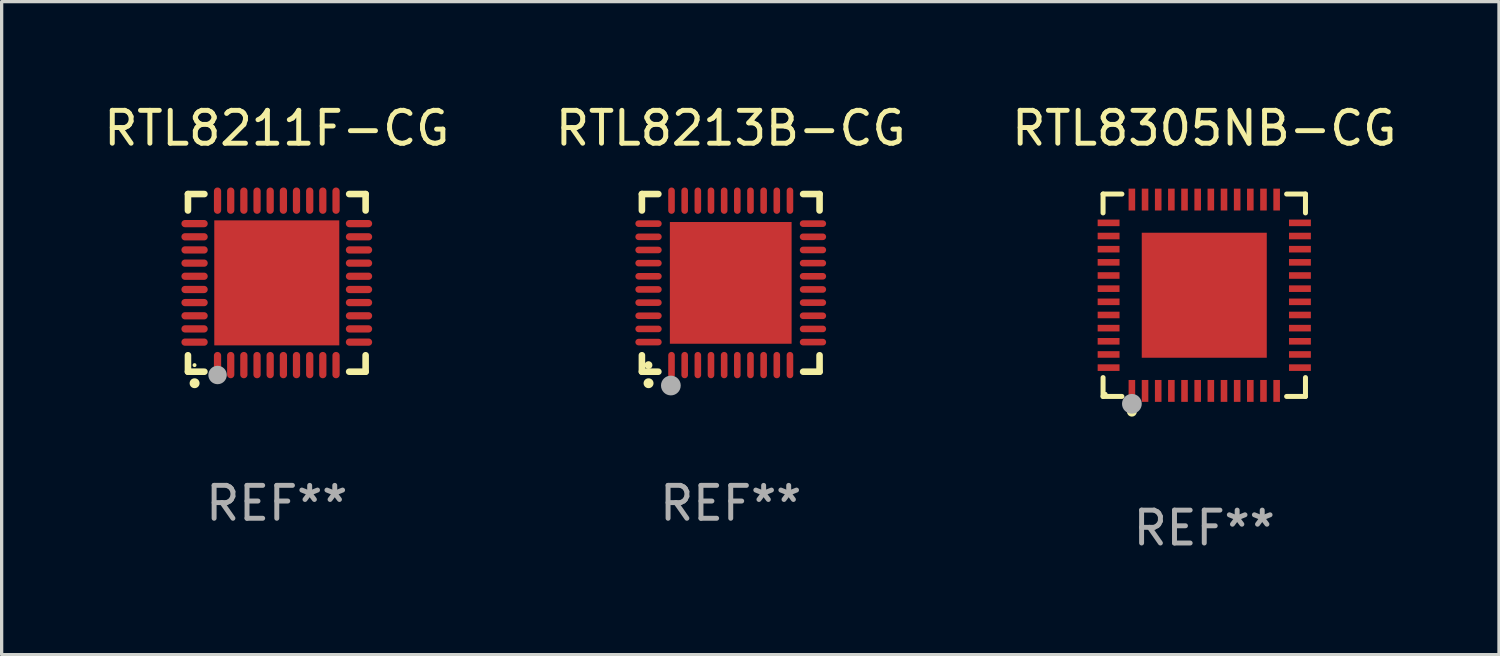
<source format=kicad_pcb>
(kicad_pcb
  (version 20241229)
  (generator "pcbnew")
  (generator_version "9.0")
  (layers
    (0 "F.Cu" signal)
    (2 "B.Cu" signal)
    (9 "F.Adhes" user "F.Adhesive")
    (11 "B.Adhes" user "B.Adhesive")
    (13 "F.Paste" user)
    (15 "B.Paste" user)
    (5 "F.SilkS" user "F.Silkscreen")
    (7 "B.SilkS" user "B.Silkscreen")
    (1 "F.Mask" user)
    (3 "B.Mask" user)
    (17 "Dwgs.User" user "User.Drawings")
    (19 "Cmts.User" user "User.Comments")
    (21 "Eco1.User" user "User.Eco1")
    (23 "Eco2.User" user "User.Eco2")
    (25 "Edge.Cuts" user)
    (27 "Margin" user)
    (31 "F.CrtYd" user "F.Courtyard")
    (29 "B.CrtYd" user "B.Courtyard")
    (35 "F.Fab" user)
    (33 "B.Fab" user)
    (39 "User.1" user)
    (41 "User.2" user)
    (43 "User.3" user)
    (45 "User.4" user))
  (footprint "RTL8213B-CG"
    (layer "F.Cu")
    (at 19.161 5.548)
    (property "Reference" "RTL8213B-CG" (at 0 -4.7 0) (layer "F.SilkS") (effects (font (size 1 1) (thickness 0.15))))
    (attr through_hole)
    (fp_line (start -2.7 -2.7) (end -2.7 -2.2) (stroke (width 0.2) (type solid)) (layer "F.SilkS"))
    (fp_line (start -2.7 2.7) (end -2.7 2.2) (stroke (width 0.2) (type solid)) (layer "F.SilkS"))
    (fp_line (start -2.2 -2.7) (end -2.7 -2.7) (stroke (width 0.2) (type solid)) (layer "F.SilkS"))
    (fp_line (start -2.2 2.7) (end -2.7 2.7) (stroke (width 0.2) (type solid)) (layer "F.SilkS"))
    (fp_line (start 2.7 -2.7) (end 2.2 -2.7) (stroke (width 0.2) (type solid)) (layer "F.SilkS"))
    (fp_line (start 2.7 -2.2) (end 2.7 -2.7) (stroke (width 0.2) (type solid)) (layer "F.SilkS"))
    (fp_line (start 2.7 2.2) (end 2.7 2.7) (stroke (width 0.2) (type solid)) (layer "F.SilkS"))
    (fp_line (start 2.7 2.7) (end 2.2 2.7) (stroke (width 0.2) (type solid)) (layer "F.SilkS"))
    (fp_arc (start -2.499365 3.050546) (mid -2.498095 3.050541) (end -2.496825 3.050546) (stroke (width 0.3) (type solid)) (layer "F.SilkS"))
    (fp_circle (center -2.5 2.5) (end -2.44 2.5) (stroke (width 0.12) (type solid)) (fill no) (layer "F.SilkS"))
    (fp_circle (center -1.82 3.12) (end -1.67 3.12) (stroke (width 0.3) (type solid)) (fill no) (layer "F.Fab"))
    (fp_text user "REF**" (at 0 6.7 0) (layer "F.Fab") (effects (font (size 1 1) (thickness 0.15))))
    (pad "1" smd oval (at -1.8 2.499) (size 0.2 0.8) (layers "F.Cu" "F.Mask" "F.Paste"))
    (pad "2" smd oval (at -1.4 2.499) (size 0.2 0.8) (layers "F.Cu" "F.Mask" "F.Paste"))
    (pad "3" smd oval (at -1 2.499) (size 0.2 0.8) (layers "F.Cu" "F.Mask" "F.Paste"))
    (pad "4" smd oval (at -0.6 2.499) (size 0.2 0.8) (layers "F.Cu" "F.Mask" "F.Paste"))
    (pad "5" smd oval (at -0.2 2.499) (size 0.2 0.8) (layers "F.Cu" "F.Mask" "F.Paste"))
    (pad "6" smd oval (at 0.2 2.499) (size 0.2 0.8) (layers "F.Cu" "F.Mask" "F.Paste"))
    (pad "7" smd oval (at 0.6 2.499) (size 0.2 0.8) (layers "F.Cu" "F.Mask" "F.Paste"))
    (pad "8" smd oval (at 1 2.499) (size 0.2 0.8) (layers "F.Cu" "F.Mask" "F.Paste"))
    (pad "9" smd oval (at 1.4 2.499) (size 0.2 0.8) (layers "F.Cu" "F.Mask" "F.Paste"))
    (pad "10" smd oval (at 1.8 2.499) (size 0.2 0.8) (layers "F.Cu" "F.Mask" "F.Paste"))
    (pad "11" smd oval (at 2.499 1.8) (size 0.8 0.2) (layers "F.Cu" "F.Mask" "F.Paste"))
    (pad "12" smd oval (at 2.499 1.4) (size 0.8 0.2) (layers "F.Cu" "F.Mask" "F.Paste"))
    (pad "13" smd oval (at 2.499 1) (size 0.8 0.2) (layers "F.Cu" "F.Mask" "F.Paste"))
    (pad "14" smd oval (at 2.499 0.6) (size 0.8 0.2) (layers "F.Cu" "F.Mask" "F.Paste"))
    (pad "15" smd oval (at 2.499 0.2) (size 0.8 0.2) (layers "F.Cu" "F.Mask" "F.Paste"))
    (pad "16" smd oval (at 2.499 -0.2) (size 0.8 0.2) (layers "F.Cu" "F.Mask" "F.Paste"))
    (pad "17" smd oval (at 2.499 -0.6) (size 0.8 0.2) (layers "F.Cu" "F.Mask" "F.Paste"))
    (pad "18" smd oval (at 2.499 -1) (size 0.8 0.2) (layers "F.Cu" "F.Mask" "F.Paste"))
    (pad "19" smd oval (at 2.499 -1.4) (size 0.8 0.2) (layers "F.Cu" "F.Mask" "F.Paste"))
    (pad "20" smd oval (at 2.499 -1.8) (size 0.8 0.2) (layers "F.Cu" "F.Mask" "F.Paste"))
    (pad "21" smd oval (at 1.8 -2.499) (size 0.2 0.8) (layers "F.Cu" "F.Mask" "F.Paste"))
    (pad "22" smd oval (at 1.4 -2.499) (size 0.2 0.8) (layers "F.Cu" "F.Mask" "F.Paste"))
    (pad "23" smd oval (at 1 -2.499) (size 0.2 0.8) (layers "F.Cu" "F.Mask" "F.Paste"))
    (pad "24" smd oval (at 0.6 -2.499) (size 0.2 0.8) (layers "F.Cu" "F.Mask" "F.Paste"))
    (pad "25" smd oval (at 0.2 -2.499) (size 0.2 0.8) (layers "F.Cu" "F.Mask" "F.Paste"))
    (pad "26" smd oval (at -0.2 -2.499) (size 0.2 0.8) (layers "F.Cu" "F.Mask" "F.Paste"))
    (pad "27" smd oval (at -0.6 -2.499) (size 0.2 0.8) (layers "F.Cu" "F.Mask" "F.Paste"))
    (pad "28" smd oval (at -1 -2.499) (size 0.2 0.8) (layers "F.Cu" "F.Mask" "F.Paste"))
    (pad "29" smd oval (at -1.4 -2.499) (size 0.2 0.8) (layers "F.Cu" "F.Mask" "F.Paste"))
    (pad "30" smd oval (at -1.8 -2.499) (size 0.2 0.8) (layers "F.Cu" "F.Mask" "F.Paste"))
    (pad "31" smd oval (at -2.499 -1.8) (size 0.8 0.2) (layers "F.Cu" "F.Mask" "F.Paste"))
    (pad "32" smd oval (at -2.499 -1.4) (size 0.8 0.2) (layers "F.Cu" "F.Mask" "F.Paste"))
    (pad "33" smd oval (at -2.499 -1) (size 0.8 0.2) (layers "F.Cu" "F.Mask" "F.Paste"))
    (pad "34" smd oval (at -2.499 -0.6) (size 0.8 0.2) (layers "F.Cu" "F.Mask" "F.Paste"))
    (pad "35" smd oval (at -2.499 -0.2) (size 0.8 0.2) (layers "F.Cu" "F.Mask" "F.Paste"))
    (pad "36" smd oval (at -2.499 0.2) (size 0.8 0.2) (layers "F.Cu" "F.Mask" "F.Paste"))
    (pad "37" smd oval (at -2.499 0.6) (size 0.8 0.2) (layers "F.Cu" "F.Mask" "F.Paste"))
    (pad "38" smd oval (at -2.499 1) (size 0.8 0.2) (layers "F.Cu" "F.Mask" "F.Paste"))
    (pad "39" smd oval (at -2.499 1.4) (size 0.8 0.2) (layers "F.Cu" "F.Mask" "F.Paste"))
    (pad "40" smd oval (at -2.499 1.8) (size 0.8 0.2) (layers "F.Cu" "F.Mask" "F.Paste"))
    (pad "41" smd rect (at 0 0) (size 3.7 3.7) (layers "F.Cu" "F.Mask" "F.Paste")))
  (footprint "RTL8305NB-CG"
    (layer "F.Cu")
    (at 33.554 5.924)
    (property "Reference" "RTL8305NB-CG" (at 0 -5.076 0) (layer "F.SilkS") (effects (font (size 1 1) (thickness 0.15))))
    (attr through_hole)
    (fp_line (start -3.076 -3.076) (end -2.503 -3.076) (stroke (width 0.152) (type solid)) (layer "F.SilkS"))
    (fp_line (start -3.076 -2.503) (end -3.076 -3.076) (stroke (width 0.152) (type solid)) (layer "F.SilkS"))
    (fp_line (start -3.076 2.503) (end -3.076 3.076) (stroke (width 0.152) (type solid)) (layer "F.SilkS"))
    (fp_line (start -3.076 3.076) (end -2.503 3.076) (stroke (width 0.152) (type solid)) (layer "F.SilkS"))
    (fp_line (start 3.076 -3.076) (end 2.503 -3.076) (stroke (width 0.152) (type solid)) (layer "F.SilkS"))
    (fp_line (start 3.076 -2.503) (end 3.076 -3.076) (stroke (width 0.152) (type solid)) (layer "F.SilkS"))
    (fp_line (start 3.076 2.503) (end 3.076 3.076) (stroke (width 0.152) (type solid)) (layer "F.SilkS"))
    (fp_line (start 3.076 3.076) (end 2.503 3.076) (stroke (width 0.152) (type solid)) (layer "F.SilkS"))
    (fp_circle (center -3 3) (end -2.97 3) (stroke (width 0.06) (type solid)) (fill no) (layer "F.SilkS"))
    (fp_circle (center -2.2 3.54) (end -2.125 3.54) (stroke (width 0.15) (type solid)) (fill no) (layer "F.SilkS"))
    (fp_circle (center -2.2 3.3) (end -2.05 3.3) (stroke (width 0.3) (type solid)) (fill no) (layer "F.Fab"))
    (fp_text user "REF**" (at 0 7.076 0) (layer "F.Fab") (effects (font (size 1 1) (thickness 0.15))))
    (pad "1" smd rect (at -2.2 2.908) (size 0.2 0.665) (layers "F.Cu" "F.Mask" "F.Paste"))
    (pad "2" smd rect (at -1.8 2.908) (size 0.2 0.665) (layers "F.Cu" "F.Mask" "F.Paste"))
    (pad "3" smd rect (at -1.4 2.908) (size 0.2 0.665) (layers "F.Cu" "F.Mask" "F.Paste"))
    (pad "4" smd rect (at -1 2.908) (size 0.2 0.665) (layers "F.Cu" "F.Mask" "F.Paste"))
    (pad "5" smd rect (at -0.6 2.908) (size 0.2 0.665) (layers "F.Cu" "F.Mask" "F.Paste"))
    (pad "6" smd rect (at -0.2 2.908) (size 0.2 0.665) (layers "F.Cu" "F.Mask" "F.Paste"))
    (pad "7" smd rect (at 0.2 2.908) (size 0.2 0.665) (layers "F.Cu" "F.Mask" "F.Paste"))
    (pad "8" smd rect (at 0.6 2.908) (size 0.2 0.665) (layers "F.Cu" "F.Mask" "F.Paste"))
    (pad "9" smd rect (at 1 2.908) (size 0.2 0.665) (layers "F.Cu" "F.Mask" "F.Paste"))
    (pad "10" smd rect (at 1.4 2.908) (size 0.2 0.665) (layers "F.Cu" "F.Mask" "F.Paste"))
    (pad "11" smd rect (at 1.8 2.908) (size 0.2 0.665) (layers "F.Cu" "F.Mask" "F.Paste"))
    (pad "12" smd rect (at 2.2 2.908) (size 0.2 0.665) (layers "F.Cu" "F.Mask" "F.Paste"))
    (pad "13" smd rect (at 2.908 2.2) (size 0.665 0.2) (layers "F.Cu" "F.Mask" "F.Paste"))
    (pad "14" smd rect (at 2.908 1.8) (size 0.665 0.2) (layers "F.Cu" "F.Mask" "F.Paste"))
    (pad "15" smd rect (at 2.908 1.4) (size 0.665 0.2) (layers "F.Cu" "F.Mask" "F.Paste"))
    (pad "16" smd rect (at 2.908 1) (size 0.665 0.2) (layers "F.Cu" "F.Mask" "F.Paste"))
    (pad "17" smd rect (at 2.908 0.6) (size 0.665 0.2) (layers "F.Cu" "F.Mask" "F.Paste"))
    (pad "18" smd rect (at 2.908 0.2) (size 0.665 0.2) (layers "F.Cu" "F.Mask" "F.Paste"))
    (pad "19" smd rect (at 2.908 -0.2) (size 0.665 0.2) (layers "F.Cu" "F.Mask" "F.Paste"))
    (pad "20" smd rect (at 2.908 -0.6) (size 0.665 0.2) (layers "F.Cu" "F.Mask" "F.Paste"))
    (pad "21" smd rect (at 2.908 -1) (size 0.665 0.2) (layers "F.Cu" "F.Mask" "F.Paste"))
    (pad "22" smd rect (at 2.908 -1.4) (size 0.665 0.2) (layers "F.Cu" "F.Mask" "F.Paste"))
    (pad "23" smd rect (at 2.908 -1.8) (size 0.665 0.2) (layers "F.Cu" "F.Mask" "F.Paste"))
    (pad "24" smd rect (at 2.908 -2.2) (size 0.665 0.2) (layers "F.Cu" "F.Mask" "F.Paste"))
    (pad "25" smd rect (at 2.2 -2.908) (size 0.2 0.665) (layers "F.Cu" "F.Mask" "F.Paste"))
    (pad "26" smd rect (at 1.8 -2.908) (size 0.2 0.665) (layers "F.Cu" "F.Mask" "F.Paste"))
    (pad "27" smd rect (at 1.4 -2.908) (size 0.2 0.665) (layers "F.Cu" "F.Mask" "F.Paste"))
    (pad "28" smd rect (at 1 -2.908) (size 0.2 0.665) (layers "F.Cu" "F.Mask" "F.Paste"))
    (pad "29" smd rect (at 0.6 -2.908) (size 0.2 0.665) (layers "F.Cu" "F.Mask" "F.Paste"))
    (pad "30" smd rect (at 0.2 -2.908) (size 0.2 0.665) (layers "F.Cu" "F.Mask" "F.Paste"))
    (pad "31" smd rect (at -0.2 -2.908) (size 0.2 0.665) (layers "F.Cu" "F.Mask" "F.Paste"))
    (pad "32" smd rect (at -0.6 -2.908) (size 0.2 0.665) (layers "F.Cu" "F.Mask" "F.Paste"))
    (pad "33" smd rect (at -1 -2.908) (size 0.2 0.665) (layers "F.Cu" "F.Mask" "F.Paste"))
    (pad "34" smd rect (at -1.4 -2.908) (size 0.2 0.665) (layers "F.Cu" "F.Mask" "F.Paste"))
    (pad "35" smd rect (at -1.8 -2.908) (size 0.2 0.665) (layers "F.Cu" "F.Mask" "F.Paste"))
    (pad "36" smd rect (at -2.2 -2.908) (size 0.2 0.665) (layers "F.Cu" "F.Mask" "F.Paste"))
    (pad "37" smd rect (at -2.908 -2.2) (size 0.665 0.2) (layers "F.Cu" "F.Mask" "F.Paste"))
    (pad "38" smd rect (at -2.908 -1.8) (size 0.665 0.2) (layers "F.Cu" "F.Mask" "F.Paste"))
    (pad "39" smd rect (at -2.908 -1.4) (size 0.665 0.2) (layers "F.Cu" "F.Mask" "F.Paste"))
    (pad "40" smd rect (at -2.908 -1) (size 0.665 0.2) (layers "F.Cu" "F.Mask" "F.Paste"))
    (pad "41" smd rect (at -2.908 -0.6) (size 0.665 0.2) (layers "F.Cu" "F.Mask" "F.Paste"))
    (pad "42" smd rect (at -2.908 -0.2) (size 0.665 0.2) (layers "F.Cu" "F.Mask" "F.Paste"))
    (pad "43" smd rect (at -2.908 0.2) (size 0.665 0.2) (layers "F.Cu" "F.Mask" "F.Paste"))
    (pad "44" smd rect (at -2.908 0.6) (size 0.665 0.2) (layers "F.Cu" "F.Mask" "F.Paste"))
    (pad "45" smd rect (at -2.908 1) (size 0.665 0.2) (layers "F.Cu" "F.Mask" "F.Paste"))
    (pad "46" smd rect (at -2.908 1.4) (size 0.665 0.2) (layers "F.Cu" "F.Mask" "F.Paste"))
    (pad "47" smd rect (at -2.908 1.8) (size 0.665 0.2) (layers "F.Cu" "F.Mask" "F.Paste"))
    (pad "48" smd rect (at -2.908 2.2) (size 0.665 0.2) (layers "F.Cu" "F.Mask" "F.Paste"))
    (pad "49" smd rect (at 0 0) (size 3.8 3.8) (layers "F.Cu" "F.Mask" "F.Paste")))
  (footprint "RTL8211F-CG"
    (layer "F.Cu")
    (at 5.363 5.548)
    (property "Reference" "RTL8211F-CG" (at 0 -4.7 0) (layer "F.SilkS") (effects (font (size 1 1) (thickness 0.15))))
    (attr through_hole)
    (fp_line (start -2.7 -2.7) (end -2.7 -2.2) (stroke (width 0.2) (type solid)) (layer "F.SilkS"))
    (fp_line (start -2.7 2.7) (end -2.7 2.2) (stroke (width 0.2) (type solid)) (layer "F.SilkS"))
    (fp_line (start -2.2 -2.7) (end -2.7 -2.7) (stroke (width 0.2) (type solid)) (layer "F.SilkS"))
    (fp_line (start -2.2 2.7) (end -2.7 2.7) (stroke (width 0.2) (type solid)) (layer "F.SilkS"))
    (fp_line (start 2.7 -2.7) (end 2.2 -2.7) (stroke (width 0.2) (type solid)) (layer "F.SilkS"))
    (fp_line (start 2.7 -2.2) (end 2.7 -2.7) (stroke (width 0.2) (type solid)) (layer "F.SilkS"))
    (fp_line (start 2.7 2.2) (end 2.7 2.7) (stroke (width 0.2) (type solid)) (layer "F.SilkS"))
    (fp_line (start 2.7 2.7) (end 2.2 2.7) (stroke (width 0.2) (type solid)) (layer "F.SilkS"))
    (fp_arc (start -2.499365 3.050546) (mid -2.498095 3.050541) (end -2.496825 3.050546) (stroke (width 0.3) (type solid)) (layer "F.SilkS"))
    (fp_circle (center -2.5 2.5) (end -2.47 2.5) (stroke (width 0.06) (type solid)) (fill no) (layer "F.SilkS"))
    (fp_circle (center -1.8 2.8) (end -1.66 2.8) (stroke (width 0.28) (type solid)) (fill no) (layer "F.Fab"))
    (fp_text user "REF**" (at 0 6.7 0) (layer "F.Fab") (effects (font (size 1 1) (thickness 0.15))))
    (pad "1" smd oval (at -1.801 2.499 180) (size 0.22 0.8) (layers "F.Cu" "F.Mask" "F.Paste"))
    (pad "2" smd oval (at -1.4 2.499 180) (size 0.22 0.8) (layers "F.Cu" "F.Mask" "F.Paste"))
    (pad "3" smd oval (at -1.001 2.499 180) (size 0.22 0.8) (layers "F.Cu" "F.Mask" "F.Paste"))
    (pad "4" smd oval (at -0.6 2.499 180) (size 0.22 0.8) (layers "F.Cu" "F.Mask" "F.Paste"))
    (pad "5" smd oval (at -0.201 2.499 180) (size 0.22 0.8) (layers "F.Cu" "F.Mask" "F.Paste"))
    (pad "6" smd oval (at 0.201 2.499 180) (size 0.22 0.8) (layers "F.Cu" "F.Mask" "F.Paste"))
    (pad "7" smd oval (at 0.599 2.499 180) (size 0.22 0.8) (layers "F.Cu" "F.Mask" "F.Paste"))
    (pad "8" smd oval (at 1.001 2.499 180) (size 0.22 0.8) (layers "F.Cu" "F.Mask" "F.Paste"))
    (pad "9" smd oval (at 1.399 2.499 180) (size 0.22 0.8) (layers "F.Cu" "F.Mask" "F.Paste"))
    (pad "10" smd oval (at 1.801 2.499 180) (size 0.22 0.8) (layers "F.Cu" "F.Mask" "F.Paste"))
    (pad "11" smd oval (at 2.499 1.801 270) (size 0.22 0.8) (layers "F.Cu" "F.Mask" "F.Paste"))
    (pad "12" smd oval (at 2.499 1.399 270) (size 0.22 0.8) (layers "F.Cu" "F.Mask" "F.Paste"))
    (pad "13" smd oval (at 2.499 1.001 270) (size 0.22 0.8) (layers "F.Cu" "F.Mask" "F.Paste"))
    (pad "14" smd oval (at 2.499 0.599 270) (size 0.22 0.8) (layers "F.Cu" "F.Mask" "F.Paste"))
    (pad "15" smd oval (at 2.499 0.201 270) (size 0.22 0.8) (layers "F.Cu" "F.Mask" "F.Paste"))
    (pad "16" smd oval (at 2.499 -0.201 270) (size 0.22 0.8) (layers "F.Cu" "F.Mask" "F.Paste"))
    (pad "17" smd oval (at 2.499 -0.6 270) (size 0.22 0.8) (layers "F.Cu" "F.Mask" "F.Paste"))
    (pad "18" smd oval (at 2.499 -1.001 270) (size 0.22 0.8) (layers "F.Cu" "F.Mask" "F.Paste"))
    (pad "19" smd oval (at 2.499 -1.4 270) (size 0.22 0.8) (layers "F.Cu" "F.Mask" "F.Paste"))
    (pad "20" smd oval (at 2.499 -1.801 270) (size 0.22 0.8) (layers "F.Cu" "F.Mask" "F.Paste"))
    (pad "21" smd oval (at 1.801 -2.499) (size 0.22 0.8) (layers "F.Cu" "F.Mask" "F.Paste"))
    (pad "22" smd oval (at 1.399 -2.499) (size 0.22 0.8) (layers "F.Cu" "F.Mask" "F.Paste"))
    (pad "23" smd oval (at 1.001 -2.499) (size 0.22 0.8) (layers "F.Cu" "F.Mask" "F.Paste"))
    (pad "24" smd oval (at 0.599 -2.499) (size 0.22 0.8) (layers "F.Cu" "F.Mask" "F.Paste"))
    (pad "25" smd oval (at 0.201 -2.499) (size 0.22 0.8) (layers "F.Cu" "F.Mask" "F.Paste"))
    (pad "26" smd oval (at -0.201 -2.499) (size 0.22 0.8) (layers "F.Cu" "F.Mask" "F.Paste"))
    (pad "27" smd oval (at -0.6 -2.499) (size 0.22 0.8) (layers "F.Cu" "F.Mask" "F.Paste"))
    (pad "28" smd oval (at -1.001 -2.499) (size 0.22 0.8) (layers "F.Cu" "F.Mask" "F.Paste"))
    (pad "29" smd oval (at -1.4 -2.499) (size 0.22 0.8) (layers "F.Cu" "F.Mask" "F.Paste"))
    (pad "30" smd oval (at -1.801 -2.499) (size 0.22 0.8) (layers "F.Cu" "F.Mask" "F.Paste"))
    (pad "31" smd oval (at -2.499 -1.801 90) (size 0.22 0.8) (layers "F.Cu" "F.Mask" "F.Paste"))
    (pad "32" smd oval (at -2.499 -1.4 90) (size 0.22 0.8) (layers "F.Cu" "F.Mask" "F.Paste"))
    (pad "33" smd oval (at -2.499 -1.001 90) (size 0.22 0.8) (layers "F.Cu" "F.Mask" "F.Paste"))
    (pad "34" smd oval (at -2.499 -0.6 90) (size 0.22 0.8) (layers "F.Cu" "F.Mask" "F.Paste"))
    (pad "35" smd oval (at -2.499 -0.201 90) (size 0.22 0.8) (layers "F.Cu" "F.Mask" "F.Paste"))
    (pad "36" smd oval (at -2.499 0.201 90) (size 0.22 0.8) (layers "F.Cu" "F.Mask" "F.Paste"))
    (pad "37" smd oval (at -2.499 0.599 90) (size 0.22 0.8) (layers "F.Cu" "F.Mask" "F.Paste"))
    (pad "38" smd oval (at -2.499 1.001 90) (size 0.22 0.8) (layers "F.Cu" "F.Mask" "F.Paste"))
    (pad "39" smd oval (at -2.499 1.399 90) (size 0.22 0.8) (layers "F.Cu" "F.Mask" "F.Paste"))
    (pad "40" smd oval (at -2.499 1.801 90) (size 0.22 0.8) (layers "F.Cu" "F.Mask" "F.Paste"))
    (pad "41" smd rect (at -0.000076 -0.000076 90) (size 3.8 3.8) (layers "F.Cu" "F.Mask" "F.Paste")))
  (gr_rect
    (start -3 -3)
    (end 42.512 16.849)
    (stroke (width 0.1) (type default))
    (fill no)
    (layer "Edge.Cuts")))
</source>
